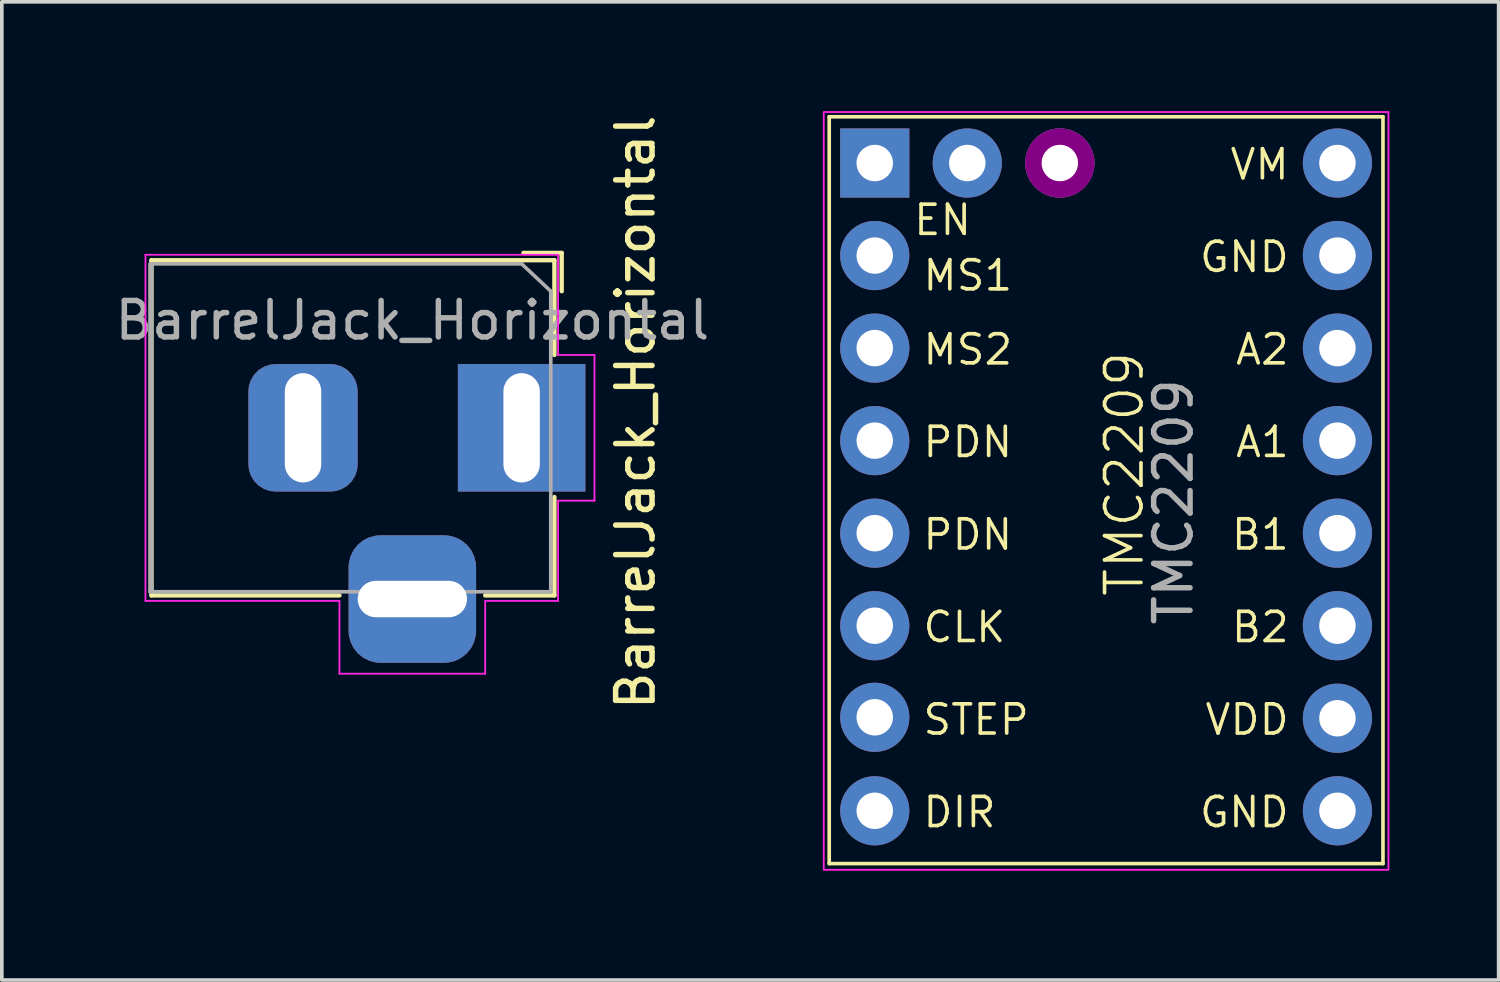
<source format=kicad_pcb>
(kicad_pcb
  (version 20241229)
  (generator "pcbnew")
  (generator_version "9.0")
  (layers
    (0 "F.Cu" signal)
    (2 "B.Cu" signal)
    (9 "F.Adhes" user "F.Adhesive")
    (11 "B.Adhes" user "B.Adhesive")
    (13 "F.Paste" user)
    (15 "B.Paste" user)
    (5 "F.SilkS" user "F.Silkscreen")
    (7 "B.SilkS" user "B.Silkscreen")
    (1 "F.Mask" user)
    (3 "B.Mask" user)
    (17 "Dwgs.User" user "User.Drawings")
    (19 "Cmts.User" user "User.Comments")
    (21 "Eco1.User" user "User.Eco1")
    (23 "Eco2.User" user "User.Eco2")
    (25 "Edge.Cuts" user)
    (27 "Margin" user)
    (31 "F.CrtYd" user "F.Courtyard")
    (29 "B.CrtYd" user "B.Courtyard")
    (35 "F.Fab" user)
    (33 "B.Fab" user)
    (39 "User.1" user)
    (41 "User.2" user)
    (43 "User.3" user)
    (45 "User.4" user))
  (footprint "TMC2209"
    (layer "F.Cu")
    (at 20.961 1.425)
    (property "Reference" "TMC2209" (at 6.85 8.536 90) (unlocked yes) (layer "F.SilkS") (effects (font (size 1 1) (thickness 0.1))))
    (attr smd)
    (fp_line (start -1.25 -1.27) (end 13.95 -1.27) (stroke (width 0.1) (type default)) (layer "F.SilkS"))
    (fp_line (start -1.25 19.23) (end -1.25 -1.27) (stroke (width 0.1) (type default)) (layer "F.SilkS"))
    (fp_line (start 13.95 -1.27) (end 13.95 19.23) (stroke (width 0.1) (type default)) (layer "F.SilkS"))
    (fp_line (start 13.95 19.23) (end -1.25 19.23) (stroke (width 0.1) (type default)) (layer "F.SilkS"))
    (fp_rect (start -1.4 -1.4) (end 14.1 19.4) (stroke (width 0.05) (type default)) (fill no) (layer "F.CrtYd"))
    (fp_text user "B2" (at 11.43 13.208 0) (unlocked yes) (layer "F.SilkS") (effects (font (size 0.8 0.8) (thickness 0.1)) (justify right bottom)))
    (fp_text user "DIR" (at 1.27 18.288 0) (unlocked yes) (layer "F.SilkS") (effects (font (size 0.8 0.8) (thickness 0.1)) (justify left bottom)))
    (fp_text user "PDN" (at 1.27 8.128 0) (unlocked yes) (layer "F.SilkS") (effects (font (size 0.8 0.8) (thickness 0.1)) (justify left bottom)))
    (fp_text user "GND" (at 11.43 3.048 0) (unlocked yes) (layer "F.SilkS") (effects (font (size 0.8 0.8) (thickness 0.1)) (justify right bottom)))
    (fp_text user "GND" (at 11.43 18.288 0) (unlocked yes) (layer "F.SilkS") (effects (font (size 0.8 0.8) (thickness 0.1)) (justify right bottom)))
    (fp_text user "STEP" (at 1.27 15.748 0) (unlocked yes) (layer "F.SilkS") (effects (font (size 0.8 0.8) (thickness 0.1)) (justify left bottom)))
    (fp_text user "A2" (at 11.43 5.588 0) (unlocked yes) (layer "F.SilkS") (effects (font (size 0.8 0.8) (thickness 0.1)) (justify right bottom)))
    (fp_text user "EN" (at 1.016 2.032 0) (unlocked yes) (layer "F.SilkS") (effects (font (size 0.8 0.8) (thickness 0.1)) (justify left bottom)))
    (fp_text user "MS1" (at 1.27 3.556 0) (unlocked yes) (layer "F.SilkS") (effects (font (size 0.8 0.8) (thickness 0.1)) (justify left bottom)))
    (fp_text user "A1" (at 11.43 8.128 0) (unlocked yes) (layer "F.SilkS") (effects (font (size 0.8 0.8) (thickness 0.1)) (justify right bottom)))
    (fp_text user "VM" (at 11.43 0.508 0) (unlocked yes) (layer "F.SilkS") (effects (font (size 0.8 0.8) (thickness 0.1)) (justify right bottom)))
    (fp_text user "VDD" (at 11.43 15.748 0) (unlocked yes) (layer "F.SilkS") (effects (font (size 0.8 0.8) (thickness 0.1)) (justify right bottom)))
    (fp_text user "CLK" (at 1.27 13.208 0) (unlocked yes) (layer "F.SilkS") (effects (font (size 0.8 0.8) (thickness 0.1)) (justify left bottom)))
    (fp_text user "B1" (at 11.43 10.668 0) (unlocked yes) (layer "F.SilkS") (effects (font (size 0.8 0.8) (thickness 0.1)) (justify right bottom)))
    (fp_text user "PDN" (at 1.27 10.668 0) (unlocked yes) (layer "F.SilkS") (effects (font (size 0.8 0.8) (thickness 0.1)) (justify left bottom)))
    (fp_text user "MS2" (at 1.27 5.588 0) (unlocked yes) (layer "F.SilkS") (effects (font (size 0.8 0.8) (thickness 0.1)) (justify left bottom)))
    (fp_text user "${REFERENCE}" (at 8.2 9.3 90) (unlocked yes) (layer "F.Fab") (effects (font (size 1 1) (thickness 0.15))))
    (pad "1" thru_hole rect (at 0 0) (size 1.9 1.9) (drill 1) (layers "*.Cu" "*.Mask"))
    (pad "2" thru_hole circle (at 0 2.54) (size 1.9 1.9) (drill 1) (layers "*.Cu" "*.Mask"))
    (pad "3" thru_hole circle (at 0 5.08) (size 1.9 1.9) (drill 1) (layers "*.Cu" "*.Mask"))
    (pad "4" thru_hole circle (at 0 7.62) (size 1.9 1.9) (drill 1) (layers "*.Cu" "*.Mask"))
    (pad "5" thru_hole circle (at 0 10.16) (size 1.9 1.9) (drill 1) (layers "*.Cu" "*.Mask"))
    (pad "6" thru_hole circle (at 0 12.7) (size 1.9 1.9) (drill 1) (layers "*.Cu" "*.Mask"))
    (pad "7" thru_hole circle (at 0 15.214) (size 1.9 1.9) (drill 1) (layers "*.Cu" "*.Mask"))
    (pad "8" thru_hole circle (at 0 17.78) (size 1.9 1.9) (drill 1) (layers "*.Cu" "*.Mask"))
    (pad "9" thru_hole circle (at 12.7 17.78) (size 1.9 1.9) (drill 1) (layers "*.Cu" "*.Mask"))
    (pad "10" thru_hole circle (at 12.7 15.24) (size 1.9 1.9) (drill 1) (layers "*.Cu" "*.Mask"))
    (pad "11" thru_hole circle (at 12.7 12.7) (size 1.9 1.9) (drill 1) (layers "*.Cu" "*.Mask"))
    (pad "12" thru_hole circle (at 12.7 10.16) (size 1.9 1.9) (drill 1) (layers "*.Cu" "*.Mask"))
    (pad "13" thru_hole circle (at 12.7 7.62) (size 1.9 1.9) (drill 1) (layers "*.Cu" "*.Mask"))
    (pad "14" thru_hole circle (at 12.7 5.08) (size 1.9 1.9) (drill 1) (layers "*.Cu" "*.Mask"))
    (pad "15" thru_hole circle (at 12.7 2.54) (size 1.9 1.9) (drill 1) (layers "*.Cu" "*.Mask"))
    (pad "16" thru_hole circle (at 12.7 0) (size 1.9 1.9) (drill 1) (layers "*.Cu" "*.Mask"))
    (pad "17" thru_hole circle (at 5.08 0) (size 1.9 1.9) (drill 1) (layers "*.Cu" "*.Mask" "F.Adhes"))
    (pad "18" thru_hole circle (at 2.54 0) (size 1.9 1.9) (drill 1) (layers "*.Cu" "*.Mask"))
    (zone (net_name "") (layer "F.SilkS") (hatch edge 0.5) (connect_pads) (min_thickness 0.25) (filled_areas_thickness no) (keepout (tracks allowed) (vias allowed) (pads not_allowed) (copperpour allowed) (footprints not_allowed)) (placement (enabled no)) (fill) (polygon (pts (xy 19.711 0.155) (xy 34.911 0.155) (xy 34.911 20.655) (xy 19.711 20.655)))))
  (footprint "BarrelJack_Horizontal"
    (layer "F.Cu")
    (at 11.268 8.693)
    (property "Reference" "BarrelJack_Horizontal" (at 3.125 -0.425 90) (layer "F.SilkS") (effects (font (size 1 1) (thickness 0.15))))
    (attr through_hole)
    (fp_line (start -10.16 -4.6) (end 0.9 -4.6) (stroke (width 0.12) (type solid)) (layer "F.SilkS"))
    (fp_line (start -10.16 4.6) (end -10.16 -4.6) (stroke (width 0.12) (type solid)) (layer "F.SilkS"))
    (fp_line (start -5 4.6) (end -10.16 4.6) (stroke (width 0.12) (type solid)) (layer "F.SilkS"))
    (fp_line (start 0.05 -4.8) (end 1.1 -4.8) (stroke (width 0.12) (type solid)) (layer "F.SilkS"))
    (fp_line (start 0.9 -4.6) (end 0.9 -2) (stroke (width 0.12) (type solid)) (layer "F.SilkS"))
    (fp_line (start 0.9 1.9) (end 0.9 4.6) (stroke (width 0.12) (type solid)) (layer "F.SilkS"))
    (fp_line (start 0.9 4.6) (end -1 4.6) (stroke (width 0.12) (type solid)) (layer "F.SilkS"))
    (fp_line (start 1.1 -3.75) (end 1.1 -4.8) (stroke (width 0.12) (type solid)) (layer "F.SilkS"))
    (fp_line (start -10.325 4.75) (end -10.325 -4.75) (stroke (width 0.05) (type solid)) (layer "F.CrtYd"))
    (fp_line (start -5 4.75) (end -10.325 4.75) (stroke (width 0.05) (type solid)) (layer "F.CrtYd"))
    (fp_line (start -5 6.75) (end -5 4.75) (stroke (width 0.05) (type solid)) (layer "F.CrtYd"))
    (fp_line (start -1 4.75) (end -1 6.75) (stroke (width 0.05) (type solid)) (layer "F.CrtYd"))
    (fp_line (start -1 6.75) (end -5 6.75) (stroke (width 0.05) (type solid)) (layer "F.CrtYd"))
    (fp_line (start 1 -4.75) (end -10.325 -4.75) (stroke (width 0.05) (type solid)) (layer "F.CrtYd"))
    (fp_line (start 1 -4.5) (end 1 -4.75) (stroke (width 0.05) (type solid)) (layer "F.CrtYd"))
    (fp_line (start 1 -4.5) (end 1 -2) (stroke (width 0.05) (type solid)) (layer "F.CrtYd"))
    (fp_line (start 1 -2) (end 2 -2) (stroke (width 0.05) (type solid)) (layer "F.CrtYd"))
    (fp_line (start 1 2) (end 1 4.75) (stroke (width 0.05) (type solid)) (layer "F.CrtYd"))
    (fp_line (start 1 4.75) (end -1 4.75) (stroke (width 0.05) (type solid)) (layer "F.CrtYd"))
    (fp_line (start 2 -2) (end 2 2) (stroke (width 0.05) (type solid)) (layer "F.CrtYd"))
    (fp_line (start 2 2) (end 1 2) (stroke (width 0.05) (type solid)) (layer "F.CrtYd"))
    (fp_line (start -10.2 -4.5) (end -10.2 4.5) (stroke (width 0.1) (type solid)) (layer "F.Fab"))
    (fp_line (start -10.2 4.5) (end 0.8 4.5) (stroke (width 0.1) (type solid)) (layer "F.Fab"))
    (fp_line (start -10.16 -4.5) (end -10.16 4.5) (stroke (width 0.1) (type solid)) (layer "F.Fab"))
    (fp_line (start -0.003 -4.505) (end 0.8 -3.75) (stroke (width 0.1) (type solid)) (layer "F.Fab"))
    (fp_line (start 0 -4.5) (end -10.16 -4.5) (stroke (width 0.1) (type solid)) (layer "F.Fab"))
    (fp_line (start 0.8 4.5) (end 0.8 -3.75) (stroke (width 0.1) (type solid)) (layer "F.Fab"))
    (fp_text user "${REFERENCE}" (at -3 -2.95 0) (layer "F.Fab") (effects (font (size 1 1) (thickness 0.15))))
    (pad "1" thru_hole rect (at 0 0) (size 3.5 3.5) (drill oval 1 3) (layers "*.Cu" "*.Mask"))
    (pad "2" thru_hole roundrect (at -6 0) (size 3 3.5) (drill oval 1 3) (layers "*.Cu" "*.Mask") (roundrect_rratio 0.25))
    (pad "3" thru_hole roundrect (at -3 4.7) (size 3.5 3.5) (drill oval 3 1) (layers "*.Cu" "*.Mask") (roundrect_rratio 0.25)))
  (gr_rect
    (start -3 -3)
    (end 38.086 23.85)
    (stroke (width 0.1) (type default))
    (fill no)
    (layer "Edge.Cuts")))
</source>
